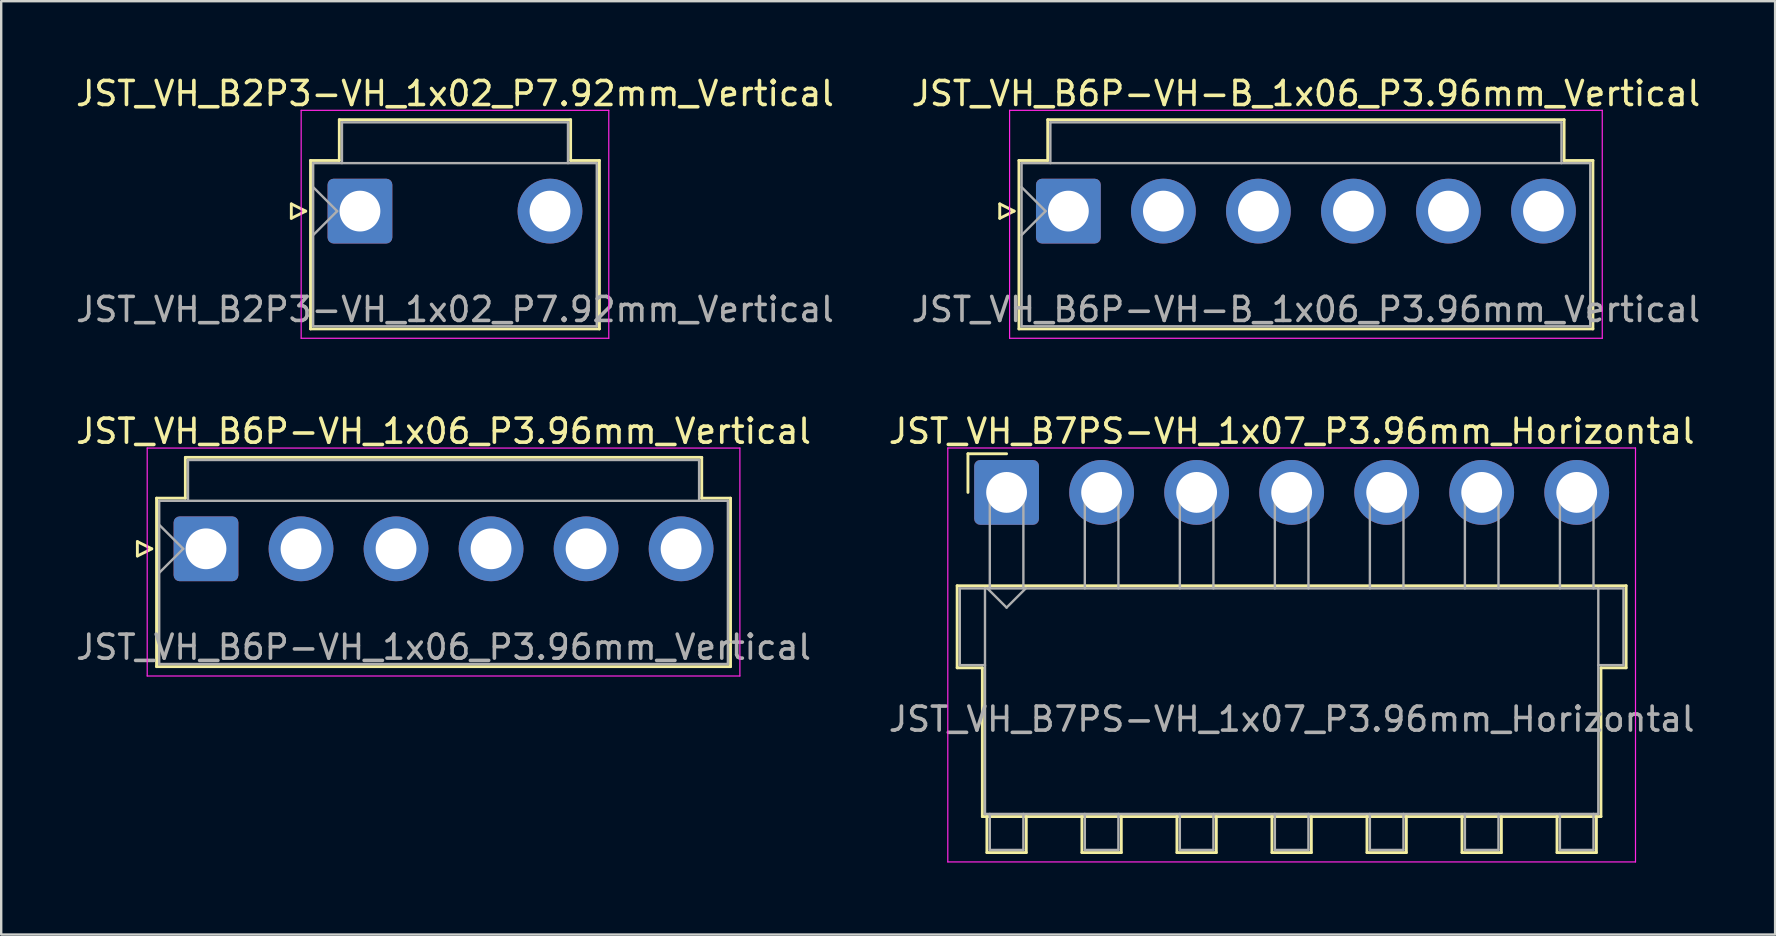
<source format=kicad_pcb>
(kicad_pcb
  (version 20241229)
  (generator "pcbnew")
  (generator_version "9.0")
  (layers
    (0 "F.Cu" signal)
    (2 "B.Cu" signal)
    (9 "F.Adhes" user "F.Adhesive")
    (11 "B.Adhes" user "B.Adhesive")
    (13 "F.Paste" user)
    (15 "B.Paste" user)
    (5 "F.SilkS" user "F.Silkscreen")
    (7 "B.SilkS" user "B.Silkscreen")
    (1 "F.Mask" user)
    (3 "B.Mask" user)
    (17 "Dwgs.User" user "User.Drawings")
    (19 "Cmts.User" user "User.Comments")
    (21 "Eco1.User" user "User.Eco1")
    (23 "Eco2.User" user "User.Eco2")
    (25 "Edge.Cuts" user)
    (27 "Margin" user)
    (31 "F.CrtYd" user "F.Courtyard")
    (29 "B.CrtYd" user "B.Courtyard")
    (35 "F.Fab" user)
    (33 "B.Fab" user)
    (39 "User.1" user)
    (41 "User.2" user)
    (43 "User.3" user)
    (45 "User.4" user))
  (footprint "JST_VH_B2P3-VH_1x02_P7.92mm_Vertical"
    (layer "F.Cu")
    (at 11.951 5.748)
    (property "Reference" "JST_VH_B2P3-VH_1x02_P7.92mm_Vertical" (at 3.96 -4.9 0) (layer "F.SilkS") (effects (font (size 1 1) (thickness 0.15))))
    (attr through_hole)
    (fp_line (start -2.86 -0.3) (end -2.26 0) (stroke (width 0.12) (type solid)) (layer "F.SilkS"))
    (fp_line (start -2.86 0.3) (end -2.86 -0.3) (stroke (width 0.12) (type solid)) (layer "F.SilkS"))
    (fp_line (start -2.26 0) (end -2.86 0.3) (stroke (width 0.12) (type solid)) (layer "F.SilkS"))
    (fp_line (start -2.06 -2.11) (end -0.86 -2.11) (stroke (width 0.12) (type solid)) (layer "F.SilkS"))
    (fp_line (start -2.06 4.91) (end -2.06 -2.11) (stroke (width 0.12) (type solid)) (layer "F.SilkS"))
    (fp_line (start -0.86 -3.81) (end 8.78 -3.81) (stroke (width 0.12) (type solid)) (layer "F.SilkS"))
    (fp_line (start -0.86 -2.11) (end -0.86 -3.81) (stroke (width 0.12) (type solid)) (layer "F.SilkS"))
    (fp_line (start 8.78 -3.81) (end 8.78 -2.11) (stroke (width 0.12) (type solid)) (layer "F.SilkS"))
    (fp_line (start 8.78 -2.11) (end 9.98 -2.11) (stroke (width 0.12) (type solid)) (layer "F.SilkS"))
    (fp_line (start 9.98 -2.11) (end 9.98 4.91) (stroke (width 0.12) (type solid)) (layer "F.SilkS"))
    (fp_line (start 9.98 4.91) (end -2.06 4.91) (stroke (width 0.12) (type solid)) (layer "F.SilkS"))
    (fp_line (start -2.45 -4.2) (end -2.45 5.3) (stroke (width 0.05) (type solid)) (layer "F.CrtYd"))
    (fp_line (start -2.45 5.3) (end 10.37 5.3) (stroke (width 0.05) (type solid)) (layer "F.CrtYd"))
    (fp_line (start 10.37 -4.2) (end -2.45 -4.2) (stroke (width 0.05) (type solid)) (layer "F.CrtYd"))
    (fp_line (start 10.37 5.3) (end 10.37 -4.2) (stroke (width 0.05) (type solid)) (layer "F.CrtYd"))
    (fp_line (start -1.95 -2) (end -1.95 4.8) (stroke (width 0.1) (type solid)) (layer "F.Fab"))
    (fp_line (start -1.95 -1) (end -0.95 0) (stroke (width 0.1) (type solid)) (layer "F.Fab"))
    (fp_line (start -1.95 1) (end -0.95 0) (stroke (width 0.1) (type solid)) (layer "F.Fab"))
    (fp_line (start -1.95 4.8) (end 9.87 4.8) (stroke (width 0.1) (type solid)) (layer "F.Fab"))
    (fp_line (start -0.75 -3.7) (end 8.67 -3.7) (stroke (width 0.1) (type solid)) (layer "F.Fab"))
    (fp_line (start -0.75 -2) (end -0.75 -3.7) (stroke (width 0.1) (type solid)) (layer "F.Fab"))
    (fp_line (start 8.67 -3.7) (end 8.67 -2) (stroke (width 0.1) (type solid)) (layer "F.Fab"))
    (fp_line (start 9.87 -2) (end -1.95 -2) (stroke (width 0.1) (type solid)) (layer "F.Fab"))
    (fp_line (start 9.87 4.8) (end 9.87 -2) (stroke (width 0.1) (type solid)) (layer "F.Fab"))
    (fp_text user "${REFERENCE}" (at 3.96 4.1 0) (layer "F.Fab") (effects (font (size 1 1) (thickness 0.15))))
    (pad "1" thru_hole roundrect (at 0 0) (size 2.7 2.7) (drill 1.7) (layers "*.Cu" "*.Mask") (roundrect_rratio 0.093))
    (pad "2" thru_hole circle (at 7.92 0) (size 2.7 2.7) (drill 1.7) (layers "*.Cu" "*.Mask")))
  (footprint "JST_VH_B7PS-VH_1x07_P3.96mm_Horizontal"
    (layer "F.Cu")
    (at 38.9 17.471)
    (property "Reference" "JST_VH_B7PS-VH_1x07_P3.96mm_Horizontal" (at 11.88 -2.55 0) (layer "F.SilkS") (effects (font (size 1 1) (thickness 0.15))))
    (attr through_hole)
    (fp_line (start -2.06 3.89) (end 25.82 3.89) (stroke (width 0.12) (type solid)) (layer "F.SilkS"))
    (fp_line (start -2.06 7.31) (end -2.06 3.89) (stroke (width 0.12) (type solid)) (layer "F.SilkS"))
    (fp_line (start -1.61 -1.61) (end -1.61 0) (stroke (width 0.12) (type solid)) (layer "F.SilkS"))
    (fp_line (start -1.01 7.31) (end -2.06 7.31) (stroke (width 0.12) (type solid)) (layer "F.SilkS"))
    (fp_line (start -1.01 13.51) (end -1.01 7.31) (stroke (width 0.12) (type solid)) (layer "F.SilkS"))
    (fp_line (start -0.82 13.51) (end -0.82 15.01) (stroke (width 0.12) (type solid)) (layer "F.SilkS"))
    (fp_line (start -0.82 15.01) (end 0.82 15.01) (stroke (width 0.12) (type solid)) (layer "F.SilkS"))
    (fp_line (start 0 -1.61) (end -1.61 -1.61) (stroke (width 0.12) (type solid)) (layer "F.SilkS"))
    (fp_line (start 0.82 15.01) (end 0.82 13.51) (stroke (width 0.12) (type solid)) (layer "F.SilkS"))
    (fp_line (start 3.14 13.51) (end 3.14 15.01) (stroke (width 0.12) (type solid)) (layer "F.SilkS"))
    (fp_line (start 3.14 15.01) (end 4.78 15.01) (stroke (width 0.12) (type solid)) (layer "F.SilkS"))
    (fp_line (start 4.78 15.01) (end 4.78 13.51) (stroke (width 0.12) (type solid)) (layer "F.SilkS"))
    (fp_line (start 7.1 13.51) (end 7.1 15.01) (stroke (width 0.12) (type solid)) (layer "F.SilkS"))
    (fp_line (start 7.1 15.01) (end 8.74 15.01) (stroke (width 0.12) (type solid)) (layer "F.SilkS"))
    (fp_line (start 8.74 15.01) (end 8.74 13.51) (stroke (width 0.12) (type solid)) (layer "F.SilkS"))
    (fp_line (start 11.06 13.51) (end 11.06 15.01) (stroke (width 0.12) (type solid)) (layer "F.SilkS"))
    (fp_line (start 11.06 15.01) (end 12.7 15.01) (stroke (width 0.12) (type solid)) (layer "F.SilkS"))
    (fp_line (start 12.7 15.01) (end 12.7 13.51) (stroke (width 0.12) (type solid)) (layer "F.SilkS"))
    (fp_line (start 15.02 13.51) (end 15.02 15.01) (stroke (width 0.12) (type solid)) (layer "F.SilkS"))
    (fp_line (start 15.02 15.01) (end 16.66 15.01) (stroke (width 0.12) (type solid)) (layer "F.SilkS"))
    (fp_line (start 16.66 15.01) (end 16.66 13.51) (stroke (width 0.12) (type solid)) (layer "F.SilkS"))
    (fp_line (start 18.98 13.51) (end 18.98 15.01) (stroke (width 0.12) (type solid)) (layer "F.SilkS"))
    (fp_line (start 18.98 15.01) (end 20.62 15.01) (stroke (width 0.12) (type solid)) (layer "F.SilkS"))
    (fp_line (start 20.62 15.01) (end 20.62 13.51) (stroke (width 0.12) (type solid)) (layer "F.SilkS"))
    (fp_line (start 22.94 13.51) (end 22.94 15.01) (stroke (width 0.12) (type solid)) (layer "F.SilkS"))
    (fp_line (start 22.94 15.01) (end 24.58 15.01) (stroke (width 0.12) (type solid)) (layer "F.SilkS"))
    (fp_line (start 24.58 15.01) (end 24.58 13.51) (stroke (width 0.12) (type solid)) (layer "F.SilkS"))
    (fp_line (start 24.77 7.31) (end 24.77 13.51) (stroke (width 0.12) (type solid)) (layer "F.SilkS"))
    (fp_line (start 24.77 13.51) (end -1.01 13.51) (stroke (width 0.12) (type solid)) (layer "F.SilkS"))
    (fp_line (start 25.82 3.89) (end 25.82 7.31) (stroke (width 0.12) (type solid)) (layer "F.SilkS"))
    (fp_line (start 25.82 7.31) (end 24.77 7.31) (stroke (width 0.12) (type solid)) (layer "F.SilkS"))
    (fp_line (start -2.45 -1.85) (end -2.45 15.4) (stroke (width 0.05) (type solid)) (layer "F.CrtYd"))
    (fp_line (start -2.45 15.4) (end 26.21 15.4) (stroke (width 0.05) (type solid)) (layer "F.CrtYd"))
    (fp_line (start 26.21 -1.85) (end -2.45 -1.85) (stroke (width 0.05) (type solid)) (layer "F.CrtYd"))
    (fp_line (start 26.21 15.4) (end 26.21 -1.85) (stroke (width 0.05) (type solid)) (layer "F.CrtYd"))
    (fp_line (start -1.95 4) (end -0.9 4) (stroke (width 0.1) (type solid)) (layer "F.Fab"))
    (fp_line (start -1.95 7.2) (end -1.95 4) (stroke (width 0.1) (type solid)) (layer "F.Fab"))
    (fp_line (start -0.9 4) (end -0.9 13.4) (stroke (width 0.1) (type solid)) (layer "F.Fab"))
    (fp_line (start -0.9 7.2) (end -1.95 7.2) (stroke (width 0.1) (type solid)) (layer "F.Fab"))
    (fp_line (start -0.9 13.4) (end 24.66 13.4) (stroke (width 0.1) (type solid)) (layer "F.Fab"))
    (fp_line (start -0.8 4) (end 0 4.8) (stroke (width 0.1) (type solid)) (layer "F.Fab"))
    (fp_line (start -0.7 0) (end 0.7 0) (stroke (width 0.1) (type solid)) (layer "F.Fab"))
    (fp_line (start -0.7 4) (end -0.7 0) (stroke (width 0.1) (type solid)) (layer "F.Fab"))
    (fp_line (start -0.7 13.4) (end -0.7 14.9) (stroke (width 0.1) (type solid)) (layer "F.Fab"))
    (fp_line (start -0.7 14.9) (end 0.7 14.9) (stroke (width 0.1) (type solid)) (layer "F.Fab"))
    (fp_line (start 0 4.8) (end 0.8 4) (stroke (width 0.1) (type solid)) (layer "F.Fab"))
    (fp_line (start 0.7 0) (end 0.7 4) (stroke (width 0.1) (type solid)) (layer "F.Fab"))
    (fp_line (start 0.7 14.9) (end 0.7 13.4) (stroke (width 0.1) (type solid)) (layer "F.Fab"))
    (fp_line (start 3.26 0) (end 4.66 0) (stroke (width 0.1) (type solid)) (layer "F.Fab"))
    (fp_line (start 3.26 4) (end 3.26 0) (stroke (width 0.1) (type solid)) (layer "F.Fab"))
    (fp_line (start 3.26 13.4) (end 3.26 14.9) (stroke (width 0.1) (type solid)) (layer "F.Fab"))
    (fp_line (start 3.26 14.9) (end 4.66 14.9) (stroke (width 0.1) (type solid)) (layer "F.Fab"))
    (fp_line (start 4.66 0) (end 4.66 4) (stroke (width 0.1) (type solid)) (layer "F.Fab"))
    (fp_line (start 4.66 14.9) (end 4.66 13.4) (stroke (width 0.1) (type solid)) (layer "F.Fab"))
    (fp_line (start 7.22 0) (end 8.62 0) (stroke (width 0.1) (type solid)) (layer "F.Fab"))
    (fp_line (start 7.22 4) (end 7.22 0) (stroke (width 0.1) (type solid)) (layer "F.Fab"))
    (fp_line (start 7.22 13.4) (end 7.22 14.9) (stroke (width 0.1) (type solid)) (layer "F.Fab"))
    (fp_line (start 7.22 14.9) (end 8.62 14.9) (stroke (width 0.1) (type solid)) (layer "F.Fab"))
    (fp_line (start 8.62 0) (end 8.62 4) (stroke (width 0.1) (type solid)) (layer "F.Fab"))
    (fp_line (start 8.62 14.9) (end 8.62 13.4) (stroke (width 0.1) (type solid)) (layer "F.Fab"))
    (fp_line (start 11.18 0) (end 12.58 0) (stroke (width 0.1) (type solid)) (layer "F.Fab"))
    (fp_line (start 11.18 4) (end 11.18 0) (stroke (width 0.1) (type solid)) (layer "F.Fab"))
    (fp_line (start 11.18 13.4) (end 11.18 14.9) (stroke (width 0.1) (type solid)) (layer "F.Fab"))
    (fp_line (start 11.18 14.9) (end 12.58 14.9) (stroke (width 0.1) (type solid)) (layer "F.Fab"))
    (fp_line (start 12.58 0) (end 12.58 4) (stroke (width 0.1) (type solid)) (layer "F.Fab"))
    (fp_line (start 12.58 14.9) (end 12.58 13.4) (stroke (width 0.1) (type solid)) (layer "F.Fab"))
    (fp_line (start 15.14 0) (end 16.54 0) (stroke (width 0.1) (type solid)) (layer "F.Fab"))
    (fp_line (start 15.14 4) (end 15.14 0) (stroke (width 0.1) (type solid)) (layer "F.Fab"))
    (fp_line (start 15.14 13.4) (end 15.14 14.9) (stroke (width 0.1) (type solid)) (layer "F.Fab"))
    (fp_line (start 15.14 14.9) (end 16.54 14.9) (stroke (width 0.1) (type solid)) (layer "F.Fab"))
    (fp_line (start 16.54 0) (end 16.54 4) (stroke (width 0.1) (type solid)) (layer "F.Fab"))
    (fp_line (start 16.54 14.9) (end 16.54 13.4) (stroke (width 0.1) (type solid)) (layer "F.Fab"))
    (fp_line (start 19.1 0) (end 20.5 0) (stroke (width 0.1) (type solid)) (layer "F.Fab"))
    (fp_line (start 19.1 4) (end 19.1 0) (stroke (width 0.1) (type solid)) (layer "F.Fab"))
    (fp_line (start 19.1 13.4) (end 19.1 14.9) (stroke (width 0.1) (type solid)) (layer "F.Fab"))
    (fp_line (start 19.1 14.9) (end 20.5 14.9) (stroke (width 0.1) (type solid)) (layer "F.Fab"))
    (fp_line (start 20.5 0) (end 20.5 4) (stroke (width 0.1) (type solid)) (layer "F.Fab"))
    (fp_line (start 20.5 14.9) (end 20.5 13.4) (stroke (width 0.1) (type solid)) (layer "F.Fab"))
    (fp_line (start 23.06 0) (end 24.46 0) (stroke (width 0.1) (type solid)) (layer "F.Fab"))
    (fp_line (start 23.06 4) (end 23.06 0) (stroke (width 0.1) (type solid)) (layer "F.Fab"))
    (fp_line (start 23.06 13.4) (end 23.06 14.9) (stroke (width 0.1) (type solid)) (layer "F.Fab"))
    (fp_line (start 23.06 14.9) (end 24.46 14.9) (stroke (width 0.1) (type solid)) (layer "F.Fab"))
    (fp_line (start 24.46 0) (end 24.46 4) (stroke (width 0.1) (type solid)) (layer "F.Fab"))
    (fp_line (start 24.46 14.9) (end 24.46 13.4) (stroke (width 0.1) (type solid)) (layer "F.Fab"))
    (fp_line (start 24.66 4) (end -0.9 4) (stroke (width 0.1) (type solid)) (layer "F.Fab"))
    (fp_line (start 24.66 4) (end 25.71 4) (stroke (width 0.1) (type solid)) (layer "F.Fab"))
    (fp_line (start 24.66 13.4) (end 24.66 4) (stroke (width 0.1) (type solid)) (layer "F.Fab"))
    (fp_line (start 25.71 4) (end 25.71 7.2) (stroke (width 0.1) (type solid)) (layer "F.Fab"))
    (fp_line (start 25.71 7.2) (end 24.66 7.2) (stroke (width 0.1) (type solid)) (layer "F.Fab"))
    (fp_text user "${REFERENCE}" (at 11.88 9.45 0) (layer "F.Fab") (effects (font (size 1 1) (thickness 0.15))))
    (pad "1" thru_hole roundrect (at 0 0) (size 2.7 2.7) (drill 1.7) (layers "*.Cu" "*.Mask") (roundrect_rratio 0.093))
    (pad "2" thru_hole circle (at 3.96 0) (size 2.7 2.7) (drill 1.7) (layers "*.Cu" "*.Mask"))
    (pad "3" thru_hole circle (at 7.92 0) (size 2.7 2.7) (drill 1.7) (layers "*.Cu" "*.Mask"))
    (pad "4" thru_hole circle (at 11.88 0) (size 2.7 2.7) (drill 1.7) (layers "*.Cu" "*.Mask"))
    (pad "5" thru_hole circle (at 15.84 0) (size 2.7 2.7) (drill 1.7) (layers "*.Cu" "*.Mask"))
    (pad "6" thru_hole circle (at 19.8 0) (size 2.7 2.7) (drill 1.7) (layers "*.Cu" "*.Mask"))
    (pad "7" thru_hole circle (at 23.76 0) (size 2.7 2.7) (drill 1.7) (layers "*.Cu" "*.Mask")))
  (footprint "JST_VH_B6P-VH-B_1x06_P3.96mm_Vertical"
    (layer "F.Cu")
    (at 41.475 5.748)
    (property "Reference" "JST_VH_B6P-VH-B_1x06_P3.96mm_Vertical" (at 9.9 -4.9 0) (layer "F.SilkS") (effects (font (size 1 1) (thickness 0.15))))
    (attr through_hole)
    (fp_line (start -2.86 -0.3) (end -2.26 0) (stroke (width 0.12) (type solid)) (layer "F.SilkS"))
    (fp_line (start -2.86 0.3) (end -2.86 -0.3) (stroke (width 0.12) (type solid)) (layer "F.SilkS"))
    (fp_line (start -2.26 0) (end -2.86 0.3) (stroke (width 0.12) (type solid)) (layer "F.SilkS"))
    (fp_line (start -2.06 -2.11) (end -0.86 -2.11) (stroke (width 0.12) (type solid)) (layer "F.SilkS"))
    (fp_line (start -2.06 4.91) (end -2.06 -2.11) (stroke (width 0.12) (type solid)) (layer "F.SilkS"))
    (fp_line (start -0.86 -3.81) (end 20.66 -3.81) (stroke (width 0.12) (type solid)) (layer "F.SilkS"))
    (fp_line (start -0.86 -2.11) (end -0.86 -3.81) (stroke (width 0.12) (type solid)) (layer "F.SilkS"))
    (fp_line (start 20.66 -3.81) (end 20.66 -2.11) (stroke (width 0.12) (type solid)) (layer "F.SilkS"))
    (fp_line (start 20.66 -2.11) (end 21.86 -2.11) (stroke (width 0.12) (type solid)) (layer "F.SilkS"))
    (fp_line (start 21.86 -2.11) (end 21.86 4.91) (stroke (width 0.12) (type solid)) (layer "F.SilkS"))
    (fp_line (start 21.86 4.91) (end -2.06 4.91) (stroke (width 0.12) (type solid)) (layer "F.SilkS"))
    (fp_line (start -2.45 -4.2) (end -2.45 5.3) (stroke (width 0.05) (type solid)) (layer "F.CrtYd"))
    (fp_line (start -2.45 5.3) (end 22.25 5.3) (stroke (width 0.05) (type solid)) (layer "F.CrtYd"))
    (fp_line (start 22.25 -4.2) (end -2.45 -4.2) (stroke (width 0.05) (type solid)) (layer "F.CrtYd"))
    (fp_line (start 22.25 5.3) (end 22.25 -4.2) (stroke (width 0.05) (type solid)) (layer "F.CrtYd"))
    (fp_line (start -1.95 -2) (end -1.95 4.8) (stroke (width 0.1) (type solid)) (layer "F.Fab"))
    (fp_line (start -1.95 -1) (end -0.95 0) (stroke (width 0.1) (type solid)) (layer "F.Fab"))
    (fp_line (start -1.95 1) (end -0.95 0) (stroke (width 0.1) (type solid)) (layer "F.Fab"))
    (fp_line (start -1.95 4.8) (end 21.75 4.8) (stroke (width 0.1) (type solid)) (layer "F.Fab"))
    (fp_line (start -0.75 -3.7) (end 20.55 -3.7) (stroke (width 0.1) (type solid)) (layer "F.Fab"))
    (fp_line (start -0.75 -2) (end -0.75 -3.7) (stroke (width 0.1) (type solid)) (layer "F.Fab"))
    (fp_line (start 20.55 -3.7) (end 20.55 -2) (stroke (width 0.1) (type solid)) (layer "F.Fab"))
    (fp_line (start 21.75 -2) (end -1.95 -2) (stroke (width 0.1) (type solid)) (layer "F.Fab"))
    (fp_line (start 21.75 4.8) (end 21.75 -2) (stroke (width 0.1) (type solid)) (layer "F.Fab"))
    (fp_text user "${REFERENCE}" (at 9.9 4.1 0) (layer "F.Fab") (effects (font (size 1 1) (thickness 0.15))))
    (pad "1" thru_hole roundrect (at 0 0) (size 2.7 2.7) (drill 1.7) (layers "*.Cu" "*.Mask") (roundrect_rratio 0.093))
    (pad "2" thru_hole circle (at 3.96 0) (size 2.7 2.7) (drill 1.7) (layers "*.Cu" "*.Mask"))
    (pad "3" thru_hole circle (at 7.92 0) (size 2.7 2.7) (drill 1.7) (layers "*.Cu" "*.Mask"))
    (pad "4" thru_hole circle (at 11.88 0) (size 2.7 2.7) (drill 1.7) (layers "*.Cu" "*.Mask"))
    (pad "5" thru_hole circle (at 15.84 0) (size 2.7 2.7) (drill 1.7) (layers "*.Cu" "*.Mask"))
    (pad "6" thru_hole circle (at 19.8 0) (size 2.7 2.7) (drill 1.7) (layers "*.Cu" "*.Mask")))
  (footprint "JST_VH_B6P-VH_1x06_P3.96mm_Vertical"
    (layer "F.Cu")
    (at 5.535 19.822)
    (property "Reference" "JST_VH_B6P-VH_1x06_P3.96mm_Vertical" (at 9.9 -4.9 0) (layer "F.SilkS") (effects (font (size 1 1) (thickness 0.15))))
    (attr through_hole)
    (fp_line (start -2.86 -0.3) (end -2.26 0) (stroke (width 0.12) (type solid)) (layer "F.SilkS"))
    (fp_line (start -2.86 0.3) (end -2.86 -0.3) (stroke (width 0.12) (type solid)) (layer "F.SilkS"))
    (fp_line (start -2.26 0) (end -2.86 0.3) (stroke (width 0.12) (type solid)) (layer "F.SilkS"))
    (fp_line (start -2.06 -2.11) (end -0.86 -2.11) (stroke (width 0.12) (type solid)) (layer "F.SilkS"))
    (fp_line (start -2.06 4.91) (end -2.06 -2.11) (stroke (width 0.12) (type solid)) (layer "F.SilkS"))
    (fp_line (start -0.86 -3.81) (end 20.66 -3.81) (stroke (width 0.12) (type solid)) (layer "F.SilkS"))
    (fp_line (start -0.86 -2.11) (end -0.86 -3.81) (stroke (width 0.12) (type solid)) (layer "F.SilkS"))
    (fp_line (start 20.66 -3.81) (end 20.66 -2.11) (stroke (width 0.12) (type solid)) (layer "F.SilkS"))
    (fp_line (start 20.66 -2.11) (end 21.86 -2.11) (stroke (width 0.12) (type solid)) (layer "F.SilkS"))
    (fp_line (start 21.86 -2.11) (end 21.86 4.91) (stroke (width 0.12) (type solid)) (layer "F.SilkS"))
    (fp_line (start 21.86 4.91) (end -2.06 4.91) (stroke (width 0.12) (type solid)) (layer "F.SilkS"))
    (fp_line (start -2.45 -4.2) (end -2.45 5.3) (stroke (width 0.05) (type solid)) (layer "F.CrtYd"))
    (fp_line (start -2.45 5.3) (end 22.25 5.3) (stroke (width 0.05) (type solid)) (layer "F.CrtYd"))
    (fp_line (start 22.25 -4.2) (end -2.45 -4.2) (stroke (width 0.05) (type solid)) (layer "F.CrtYd"))
    (fp_line (start 22.25 5.3) (end 22.25 -4.2) (stroke (width 0.05) (type solid)) (layer "F.CrtYd"))
    (fp_line (start -1.95 -2) (end -1.95 4.8) (stroke (width 0.1) (type solid)) (layer "F.Fab"))
    (fp_line (start -1.95 -1) (end -0.95 0) (stroke (width 0.1) (type solid)) (layer "F.Fab"))
    (fp_line (start -1.95 1) (end -0.95 0) (stroke (width 0.1) (type solid)) (layer "F.Fab"))
    (fp_line (start -1.95 4.8) (end 21.75 4.8) (stroke (width 0.1) (type solid)) (layer "F.Fab"))
    (fp_line (start -0.75 -3.7) (end 20.55 -3.7) (stroke (width 0.1) (type solid)) (layer "F.Fab"))
    (fp_line (start -0.75 -2) (end -0.75 -3.7) (stroke (width 0.1) (type solid)) (layer "F.Fab"))
    (fp_line (start 20.55 -3.7) (end 20.55 -2) (stroke (width 0.1) (type solid)) (layer "F.Fab"))
    (fp_line (start 21.75 -2) (end -1.95 -2) (stroke (width 0.1) (type solid)) (layer "F.Fab"))
    (fp_line (start 21.75 4.8) (end 21.75 -2) (stroke (width 0.1) (type solid)) (layer "F.Fab"))
    (fp_text user "${REFERENCE}" (at 9.9 4.1 0) (layer "F.Fab") (effects (font (size 1 1) (thickness 0.15))))
    (pad "1" thru_hole roundrect (at 0 0) (size 2.7 2.7) (drill 1.7) (layers "*.Cu" "*.Mask") (roundrect_rratio 0.093))
    (pad "2" thru_hole circle (at 3.96 0) (size 2.7 2.7) (drill 1.7) (layers "*.Cu" "*.Mask"))
    (pad "3" thru_hole circle (at 7.92 0) (size 2.7 2.7) (drill 1.7) (layers "*.Cu" "*.Mask"))
    (pad "4" thru_hole circle (at 11.88 0) (size 2.7 2.7) (drill 1.7) (layers "*.Cu" "*.Mask"))
    (pad "5" thru_hole circle (at 15.84 0) (size 2.7 2.7) (drill 1.7) (layers "*.Cu" "*.Mask"))
    (pad "6" thru_hole circle (at 19.8 0) (size 2.7 2.7) (drill 1.7) (layers "*.Cu" "*.Mask")))
  (gr_rect
    (start -3 -3)
    (end 70.929 35.897)
    (stroke (width 0.1) (type default))
    (fill no)
    (layer "Edge.Cuts")))
</source>
